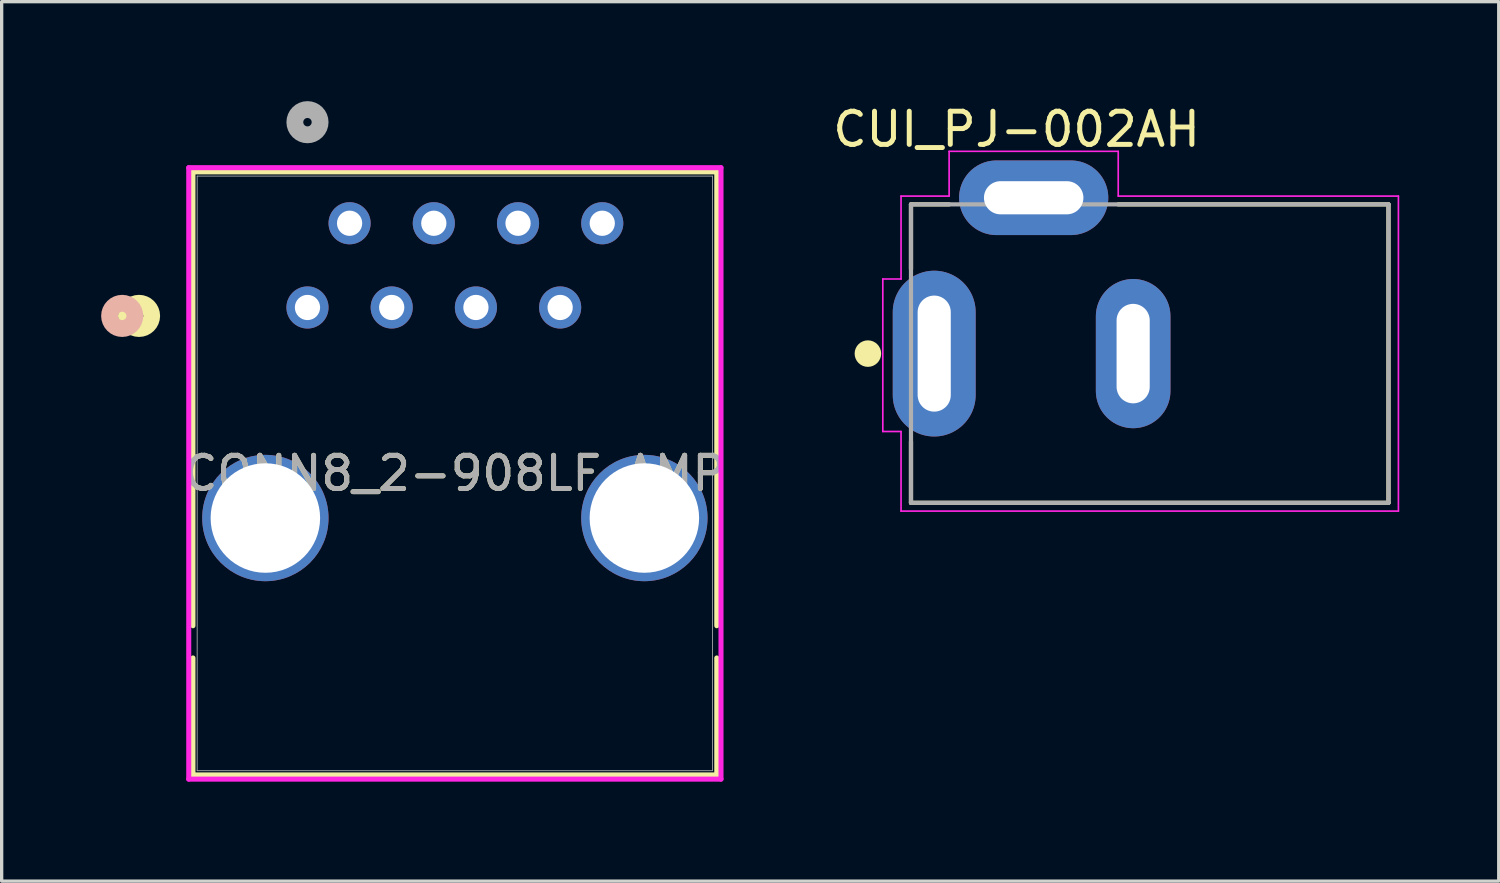
<source format=kicad_pcb>
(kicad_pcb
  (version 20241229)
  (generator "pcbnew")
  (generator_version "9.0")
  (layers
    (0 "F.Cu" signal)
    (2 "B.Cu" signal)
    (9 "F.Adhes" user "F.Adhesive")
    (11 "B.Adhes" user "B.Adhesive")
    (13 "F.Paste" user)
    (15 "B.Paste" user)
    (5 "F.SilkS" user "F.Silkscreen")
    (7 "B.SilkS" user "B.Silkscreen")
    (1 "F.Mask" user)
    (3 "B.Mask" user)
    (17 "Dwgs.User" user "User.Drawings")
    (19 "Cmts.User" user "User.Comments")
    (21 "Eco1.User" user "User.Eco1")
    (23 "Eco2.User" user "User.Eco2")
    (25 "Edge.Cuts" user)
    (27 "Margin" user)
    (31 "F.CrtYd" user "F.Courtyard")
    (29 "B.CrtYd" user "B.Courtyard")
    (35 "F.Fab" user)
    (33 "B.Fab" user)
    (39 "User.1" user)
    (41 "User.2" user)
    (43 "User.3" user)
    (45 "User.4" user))
  (footprint "CONN8_2-908LF_AMP"
    (layer "F.Cu")
    (at 6.223 6.223)
    (property "Reference" "CONN8_2-908LF_AMP" (at 4.445 5.004 0) (unlocked yes) (layer "F.SilkS") (effects (font (size 1 1) (thickness 0.15))))
    (attr through_hole)
    (fp_line (start -3.454 -4.089) (end -3.454 9.598) (stroke (width 0.152) (type solid)) (layer "F.SilkS"))
    (fp_line (start -3.454 10.57) (end -3.454 14.097) (stroke (width 0.152) (type solid)) (layer "F.SilkS"))
    (fp_line (start -3.454 14.097) (end 12.344 14.097) (stroke (width 0.152) (type solid)) (layer "F.SilkS"))
    (fp_line (start 12.344 -4.089) (end -3.454 -4.089) (stroke (width 0.152) (type solid)) (layer "F.SilkS"))
    (fp_line (start 12.344 9.598) (end 12.344 -4.089) (stroke (width 0.152) (type solid)) (layer "F.SilkS"))
    (fp_line (start 12.344 14.097) (end 12.344 10.57) (stroke (width 0.152) (type solid)) (layer "F.SilkS"))
    (fp_circle (center -5.08 0.254) (end -4.699 0.254) (stroke (width 0.508) (type solid)) (fill no) (layer "F.SilkS"))
    (fp_circle (center -5.588 0.254) (end -5.207 0.254) (stroke (width 0.508) (type solid)) (fill no) (layer "B.SilkS"))
    (fp_line (start -3.581 -4.216) (end -3.581 14.224) (stroke (width 0.152) (type solid)) (layer "F.CrtYd"))
    (fp_line (start -3.581 14.224) (end 12.471 14.224) (stroke (width 0.152) (type solid)) (layer "F.CrtYd"))
    (fp_line (start 12.471 -4.216) (end -3.581 -4.216) (stroke (width 0.152) (type solid)) (layer "F.CrtYd"))
    (fp_line (start 12.471 14.224) (end 12.471 -4.216) (stroke (width 0.152) (type solid)) (layer "F.CrtYd"))
    (fp_line (start -3.327 -3.962) (end -3.327 13.97) (stroke (width 0.025) (type solid)) (layer "F.Fab"))
    (fp_line (start -3.327 13.97) (end 12.217 13.97) (stroke (width 0.025) (type solid)) (layer "F.Fab"))
    (fp_line (start 12.217 -3.962) (end -3.327 -3.962) (stroke (width 0.025) (type solid)) (layer "F.Fab"))
    (fp_line (start 12.217 13.97) (end 12.217 -3.962) (stroke (width 0.025) (type solid)) (layer "F.Fab"))
    (fp_circle (center 0 -5.588) (end 0.381 -5.588) (stroke (width 0.508) (type solid)) (fill no) (layer "F.Fab"))
    (fp_text user "${REFERENCE}" (at 4.445 5.004 0) (unlocked yes) (layer "F.Fab") (effects (font (size 1 1) (thickness 0.15))))
    (pad "1" thru_hole circle (at 0 0) (size 1.27 1.27) (drill 0.762) (layers "*.Cu" "*.Mask"))
    (pad "2" thru_hole circle (at 1.27 -2.54) (size 1.27 1.27) (drill 0.762) (layers "*.Cu" "*.Mask"))
    (pad "3" thru_hole circle (at 2.54 0) (size 1.27 1.27) (drill 0.762) (layers "*.Cu" "*.Mask"))
    (pad "4" thru_hole circle (at 3.81 -2.54) (size 1.27 1.27) (drill 0.762) (layers "*.Cu" "*.Mask"))
    (pad "5" thru_hole circle (at 5.08 0) (size 1.27 1.27) (drill 0.762) (layers "*.Cu" "*.Mask"))
    (pad "6" thru_hole circle (at 6.35 -2.54) (size 1.27 1.27) (drill 0.762) (layers "*.Cu" "*.Mask"))
    (pad "7" thru_hole circle (at 7.62 0) (size 1.27 1.27) (drill 0.762) (layers "*.Cu" "*.Mask"))
    (pad "8" thru_hole circle (at 8.89 -2.54) (size 1.27 1.27) (drill 0.762) (layers "*.Cu" "*.Mask"))
    (pad "SH" thru_hole circle (at -1.27 6.35 90) (size 3.81 3.81) (drill 3.302) (layers "*.Cu" "*.Mask"))
    (pad "SH" thru_hole circle (at 10.16 6.35 90) (size 3.81 3.81) (drill 3.302) (layers "*.Cu" "*.Mask")))
  (footprint "CUI_PJ-002AH"
    (layer "F.Cu")
    (at 25.124 7.614)
    (property "Reference" "CUI_PJ-002AH" (at 2.485 -6.765 0) (layer "F.SilkS") (effects (font (size 1 1) (thickness 0.15))))
    (attr through_hole)
    (fp_line (start -0.7 -4.5) (end 0.45 -4.5) (stroke (width 0.127) (type solid)) (layer "F.SilkS"))
    (fp_line (start -0.7 -2.55) (end -0.7 -4.5) (stroke (width 0.127) (type solid)) (layer "F.SilkS"))
    (fp_line (start -0.7 4.5) (end -0.7 2.65) (stroke (width 0.127) (type solid)) (layer "F.SilkS"))
    (fp_line (start 5.55 -4.5) (end 13.7 -4.5) (stroke (width 0.127) (type solid)) (layer "F.SilkS"))
    (fp_line (start 13.7 -4.5) (end 13.7 4.5) (stroke (width 0.127) (type solid)) (layer "F.SilkS"))
    (fp_line (start 13.7 4.5) (end -0.7 4.5) (stroke (width 0.127) (type solid)) (layer "F.SilkS"))
    (fp_circle (center -2 0) (end -1.8 0) (stroke (width 0.4) (type solid)) (fill no) (layer "F.SilkS"))
    (fp_line (start -1.55 -2.25) (end -1.55 2.35) (stroke (width 0.05) (type solid)) (layer "F.CrtYd"))
    (fp_line (start -1.55 2.35) (end -1 2.35) (stroke (width 0.05) (type solid)) (layer "F.CrtYd"))
    (fp_line (start -1 -4.75) (end 0.45 -4.75) (stroke (width 0.05) (type solid)) (layer "F.CrtYd"))
    (fp_line (start -1 -2.25) (end -1.55 -2.25) (stroke (width 0.05) (type solid)) (layer "F.CrtYd"))
    (fp_line (start -1 -2.25) (end -1 -4.75) (stroke (width 0.05) (type solid)) (layer "F.CrtYd"))
    (fp_line (start -1 4.75) (end -1 2.35) (stroke (width 0.05) (type solid)) (layer "F.CrtYd"))
    (fp_line (start 0.45 -6.1) (end 5.55 -6.1) (stroke (width 0.05) (type solid)) (layer "F.CrtYd"))
    (fp_line (start 0.45 -4.75) (end 0.45 -6.1) (stroke (width 0.05) (type solid)) (layer "F.CrtYd"))
    (fp_line (start 5.55 -6.1) (end 5.55 -4.75) (stroke (width 0.05) (type solid)) (layer "F.CrtYd"))
    (fp_line (start 5.55 -4.75) (end 14 -4.75) (stroke (width 0.05) (type solid)) (layer "F.CrtYd"))
    (fp_line (start 14 -4.75) (end 14 4.75) (stroke (width 0.05) (type solid)) (layer "F.CrtYd"))
    (fp_line (start 14 4.75) (end -1 4.75) (stroke (width 0.05) (type solid)) (layer "F.CrtYd"))
    (fp_line (start -0.7 -4.5) (end 13.7 -4.5) (stroke (width 0.127) (type solid)) (layer "F.Fab"))
    (fp_line (start -0.7 4.5) (end -0.7 -4.5) (stroke (width 0.127) (type solid)) (layer "F.Fab"))
    (fp_line (start 13.7 -4.5) (end 13.7 4.5) (stroke (width 0.127) (type solid)) (layer "F.Fab"))
    (fp_line (start 13.7 4.5) (end -0.7 4.5) (stroke (width 0.127) (type solid)) (layer "F.Fab"))
    (pad "1" thru_hole oval (at 0 0) (size 2.5 5) (drill oval 1 3.5) (layers "*.Cu" "*.Mask"))
    (pad "2" thru_hole oval (at 6 0) (size 2.25 4.5) (drill oval 1 3) (layers "*.Cu" "*.Mask"))
    (pad "3" thru_hole oval (at 3 -4.7) (size 4.5 2.25) (drill oval 3 1) (layers "*.Cu" "*.Mask")))
  (gr_rect
    (start -3 -3)
    (end 42.149 23.523)
    (stroke (width 0.1) (type default))
    (fill no)
    (layer "Edge.Cuts")))
</source>
